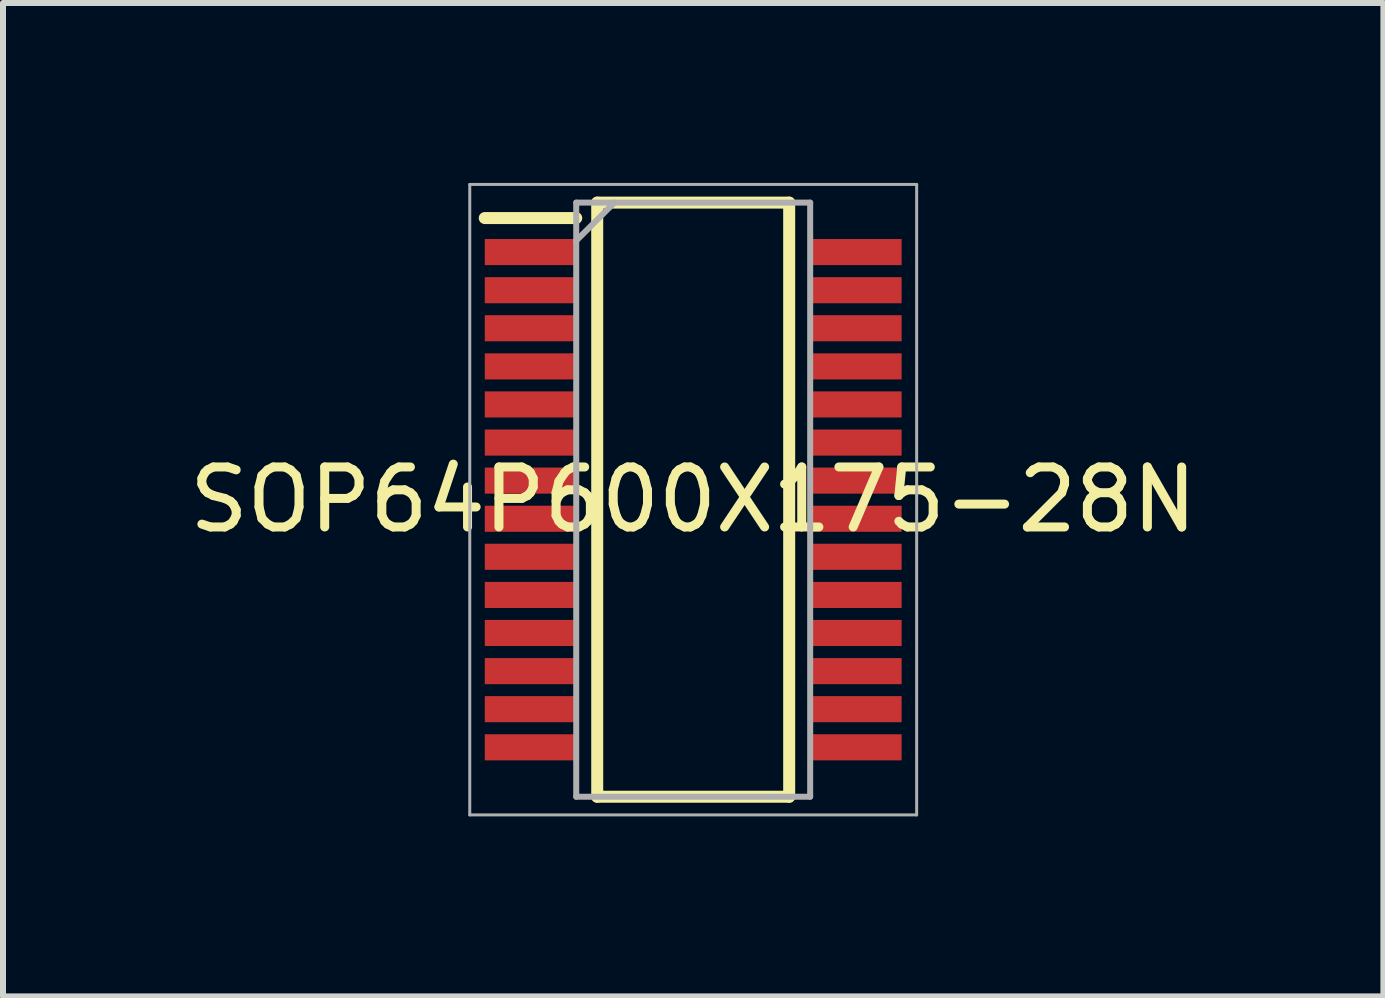
<source format=kicad_pcb>
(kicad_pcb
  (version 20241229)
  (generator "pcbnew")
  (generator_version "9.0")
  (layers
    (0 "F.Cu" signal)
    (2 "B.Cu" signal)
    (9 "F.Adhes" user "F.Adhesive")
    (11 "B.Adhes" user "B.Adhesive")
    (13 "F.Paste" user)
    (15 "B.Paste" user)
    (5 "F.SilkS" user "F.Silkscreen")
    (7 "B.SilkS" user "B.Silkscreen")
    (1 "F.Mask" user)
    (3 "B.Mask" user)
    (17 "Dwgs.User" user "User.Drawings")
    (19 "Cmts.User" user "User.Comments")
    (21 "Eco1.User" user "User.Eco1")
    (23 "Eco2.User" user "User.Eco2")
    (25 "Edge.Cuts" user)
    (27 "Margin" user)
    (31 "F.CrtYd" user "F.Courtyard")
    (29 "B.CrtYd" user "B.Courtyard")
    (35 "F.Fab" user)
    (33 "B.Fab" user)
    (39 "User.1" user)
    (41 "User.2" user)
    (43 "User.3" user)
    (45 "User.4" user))
  (footprint "SOP64P600X175-28N"
    (layer "F.Cu")
    (at 8.506 5.28)
    (property "Reference" "SOP64P600X175-28N" (at 0 0 0) (layer "F.SilkS") (effects (font (size 1 1) (thickness 0.15))))
    (attr smd)
    (fp_line (start -3.475 -4.695) (end -1.95 -4.695) (stroke (width 0.2) (type solid)) (layer "F.SilkS"))
    (fp_line (start -1.6 -4.952) (end 1.6 -4.952) (stroke (width 0.2) (type solid)) (layer "F.SilkS"))
    (fp_line (start -1.6 4.952) (end -1.6 -4.952) (stroke (width 0.2) (type solid)) (layer "F.SilkS"))
    (fp_line (start 1.6 -4.952) (end 1.6 4.952) (stroke (width 0.2) (type solid)) (layer "F.SilkS"))
    (fp_line (start 1.6 4.952) (end -1.6 4.952) (stroke (width 0.2) (type solid)) (layer "F.SilkS"))
    (fp_line (start -3.725 -5.255) (end 3.725 -5.255) (stroke (width 0.05) (type solid)) (layer "F.Fab"))
    (fp_line (start -3.725 5.255) (end -3.725 -5.255) (stroke (width 0.05) (type solid)) (layer "F.Fab"))
    (fp_line (start -1.95 -4.952) (end 1.95 -4.952) (stroke (width 0.1) (type solid)) (layer "F.Fab"))
    (fp_line (start -1.95 -4.318) (end -1.315 -4.952) (stroke (width 0.1) (type solid)) (layer "F.Fab"))
    (fp_line (start -1.95 4.952) (end -1.95 -4.952) (stroke (width 0.1) (type solid)) (layer "F.Fab"))
    (fp_line (start 1.95 -4.952) (end 1.95 4.952) (stroke (width 0.1) (type solid)) (layer "F.Fab"))
    (fp_line (start 1.95 4.952) (end -1.95 4.952) (stroke (width 0.1) (type solid)) (layer "F.Fab"))
    (fp_line (start 3.725 -5.255) (end 3.725 5.255) (stroke (width 0.05) (type solid)) (layer "F.Fab"))
    (fp_line (start 3.725 5.255) (end -3.725 5.255) (stroke (width 0.05) (type solid)) (layer "F.Fab"))
    (pad "1" smd rect (at -2.712 -4.128) (size 1.525 0.435) (layers "F.Cu" "F.Mask" "F.Paste"))
    (pad "2" smd rect (at -2.712 -3.492) (size 1.525 0.435) (layers "F.Cu" "F.Mask" "F.Paste"))
    (pad "3" smd rect (at -2.712 -2.858) (size 1.525 0.435) (layers "F.Cu" "F.Mask" "F.Paste"))
    (pad "4" smd rect (at -2.712 -2.222) (size 1.525 0.435) (layers "F.Cu" "F.Mask" "F.Paste"))
    (pad "5" smd rect (at -2.712 -1.588) (size 1.525 0.435) (layers "F.Cu" "F.Mask" "F.Paste"))
    (pad "6" smd rect (at -2.712 -0.952) (size 1.525 0.435) (layers "F.Cu" "F.Mask" "F.Paste"))
    (pad "7" smd rect (at -2.712 -0.318) (size 1.525 0.435) (layers "F.Cu" "F.Mask" "F.Paste"))
    (pad "8" smd rect (at -2.712 0.318) (size 1.525 0.435) (layers "F.Cu" "F.Mask" "F.Paste"))
    (pad "9" smd rect (at -2.712 0.952) (size 1.525 0.435) (layers "F.Cu" "F.Mask" "F.Paste"))
    (pad "10" smd rect (at -2.712 1.588) (size 1.525 0.435) (layers "F.Cu" "F.Mask" "F.Paste"))
    (pad "11" smd rect (at -2.712 2.222) (size 1.525 0.435) (layers "F.Cu" "F.Mask" "F.Paste"))
    (pad "12" smd rect (at -2.712 2.858) (size 1.525 0.435) (layers "F.Cu" "F.Mask" "F.Paste"))
    (pad "13" smd rect (at -2.712 3.492) (size 1.525 0.435) (layers "F.Cu" "F.Mask" "F.Paste"))
    (pad "14" smd rect (at -2.712 4.128) (size 1.525 0.435) (layers "F.Cu" "F.Mask" "F.Paste"))
    (pad "15" smd rect (at 2.712 4.128) (size 1.525 0.435) (layers "F.Cu" "F.Mask" "F.Paste"))
    (pad "16" smd rect (at 2.712 3.492) (size 1.525 0.435) (layers "F.Cu" "F.Mask" "F.Paste"))
    (pad "17" smd rect (at 2.712 2.858) (size 1.525 0.435) (layers "F.Cu" "F.Mask" "F.Paste"))
    (pad "18" smd rect (at 2.712 2.222) (size 1.525 0.435) (layers "F.Cu" "F.Mask" "F.Paste"))
    (pad "19" smd rect (at 2.712 1.588) (size 1.525 0.435) (layers "F.Cu" "F.Mask" "F.Paste"))
    (pad "20" smd rect (at 2.712 0.952) (size 1.525 0.435) (layers "F.Cu" "F.Mask" "F.Paste"))
    (pad "21" smd rect (at 2.712 0.318) (size 1.525 0.435) (layers "F.Cu" "F.Mask" "F.Paste"))
    (pad "22" smd rect (at 2.712 -0.318) (size 1.525 0.435) (layers "F.Cu" "F.Mask" "F.Paste"))
    (pad "23" smd rect (at 2.712 -0.952) (size 1.525 0.435) (layers "F.Cu" "F.Mask" "F.Paste"))
    (pad "24" smd rect (at 2.712 -1.588) (size 1.525 0.435) (layers "F.Cu" "F.Mask" "F.Paste"))
    (pad "25" smd rect (at 2.712 -2.222) (size 1.525 0.435) (layers "F.Cu" "F.Mask" "F.Paste"))
    (pad "26" smd rect (at 2.712 -2.858) (size 1.525 0.435) (layers "F.Cu" "F.Mask" "F.Paste"))
    (pad "27" smd rect (at 2.712 -3.492) (size 1.525 0.435) (layers "F.Cu" "F.Mask" "F.Paste"))
    (pad "28" smd rect (at 2.712 -4.128) (size 1.525 0.435) (layers "F.Cu" "F.Mask" "F.Paste")))
  (gr_rect
    (start -3 -3)
    (end 20.012 13.56)
    (stroke (width 0.1) (type default))
    (fill no)
    (layer "Edge.Cuts")))
</source>
